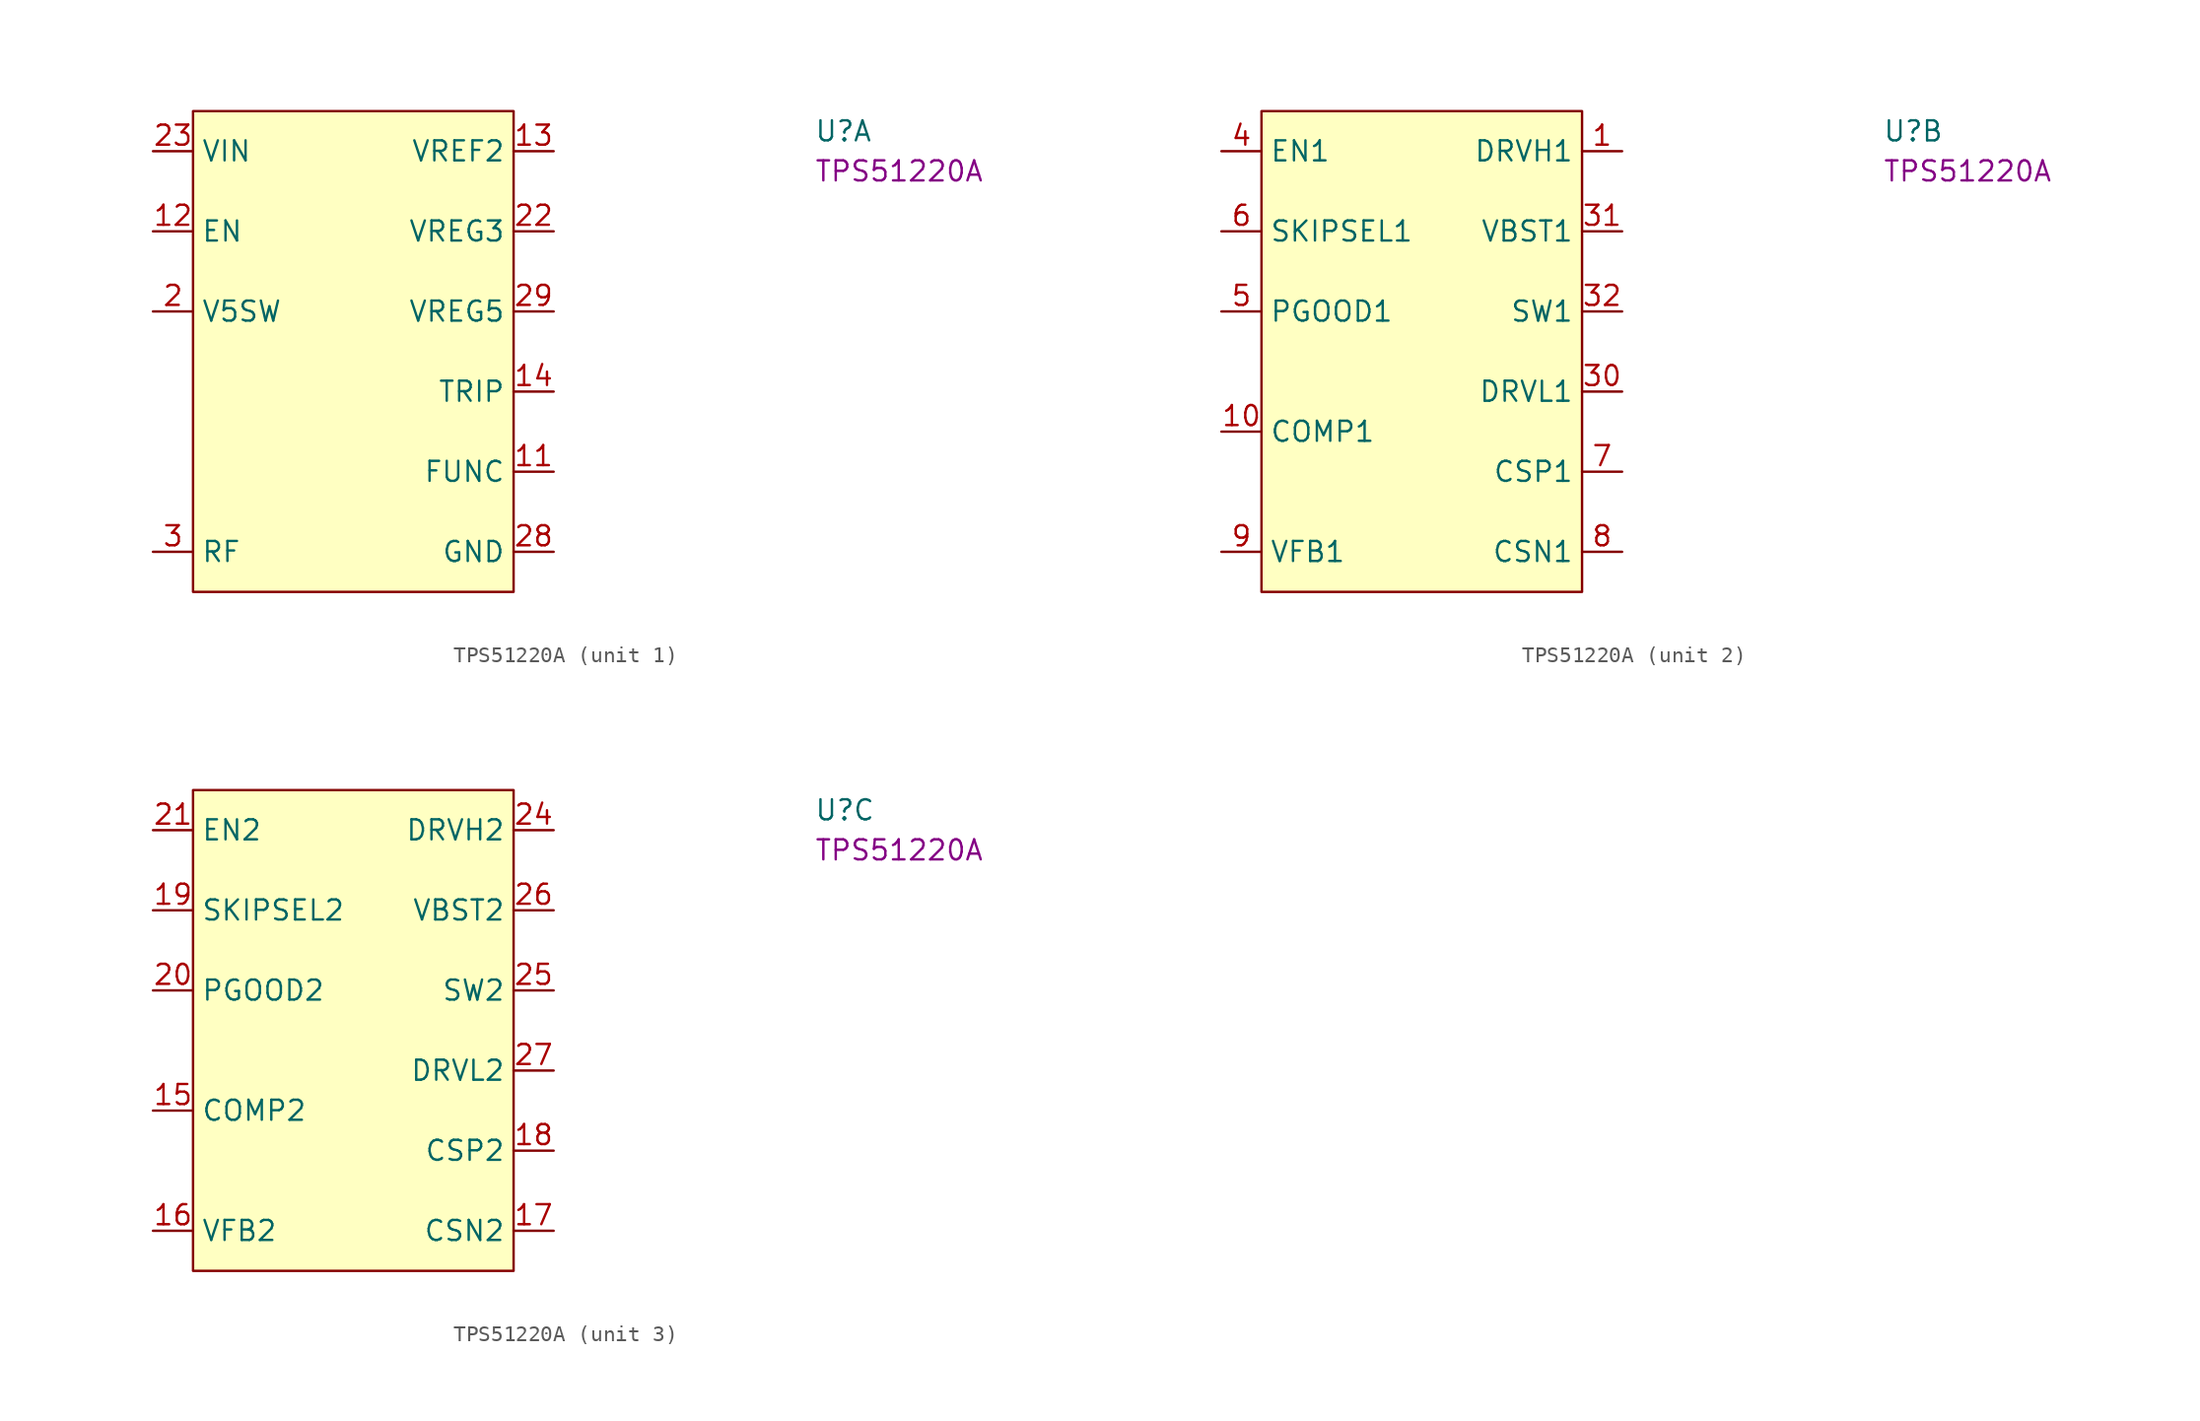
<source format=kicad_sym>
(kicad_symbol_lib
  (version 20220914)
  (generator kicad_symbol_editor)
  (symbol "TPS51220A"
    (property "Reference" "U"
      (at 41.91 1.27 0)
      (effects (font (size 1.27 1.27)) (justify left)))
    (property "MPN" "TPS51220A"
      (at 41.91 -1.27 0)
      (effects (font (size 1.27 1.27)) (justify left)))
    (symbol "TPS51220A_1_1"
      (rectangle (start 2.54 2.54) (end 22.86 -27.94) (stroke (width 0) (type default)) (fill (type background)))
      (pin input line (at 25.4 -20.32 180) (length 2.54) (name "FUNC" (effects (font (size 1.27 1.27)))) (number "11" (effects (font (size 1.27 1.27)))))
      (pin input line (at 0 -5.08 0) (length 2.54) (name "EN" (effects (font (size 1.27 1.27)))) (number "12" (effects (font (size 1.27 1.27)))))
      (pin output line (at 25.4 0 180) (length 2.54) (name "VREF2" (effects (font (size 1.27 1.27)))) (number "13" (effects (font (size 1.27 1.27)))))
      (pin input line (at 25.4 -15.24 180) (length 2.54) (name "TRIP" (effects (font (size 1.27 1.27)))) (number "14" (effects (font (size 1.27 1.27)))))
      (pin input line (at 0 -10.16 0) (length 2.54) (name "V5SW" (effects (font (size 1.27 1.27)))) (number "2" (effects (font (size 1.27 1.27)))))
      (pin output line (at 25.4 -5.08 180) (length 2.54) (name "VREG3" (effects (font (size 1.27 1.27)))) (number "22" (effects (font (size 1.27 1.27)))))
      (pin power_in line (at 0 0 0) (length 2.54) (name "VIN" (effects (font (size 1.27 1.27)))) (number "23" (effects (font (size 1.27 1.27)))))
      (pin power_in line (at 25.4 -25.4 180) (length 2.54) (name "GND" (effects (font (size 1.27 1.27)))) (number "28" (effects (font (size 1.27 1.27)))))
      (pin output line (at 25.4 -10.16 180) (length 2.54) (name "VREG5" (effects (font (size 1.27 1.27)))) (number "29" (effects (font (size 1.27 1.27)))))
      (pin bidirectional line (at 0 -25.4 0) (length 2.54) (name "RF" (effects (font (size 1.27 1.27)))) (number "3" (effects (font (size 1.27 1.27)))))
      (pin power_in line (at 25.4 -25.4 180) (length 2.54) hide (name "GND" (effects (font (size 1.27 1.27)))) (number "33" (effects (font (size 1.27 1.27))))))
    (symbol "TPS51220A_2_1"
      (rectangle (start 2.54 2.54) (end 22.86 -27.94) (stroke (width 0) (type default)) (fill (type background)))
      (pin power_out line (at 25.4 0 180) (length 2.54) (name "DRVH1" (effects (font (size 1.27 1.27)))) (number "1" (effects (font (size 1.27 1.27)))))
      (pin input line (at 0 -17.78 0) (length 2.54) (name "COMP1" (effects (font (size 1.27 1.27)))) (number "10" (effects (font (size 1.27 1.27)))))
      (pin output line (at 25.4 -15.24 180) (length 2.54) (name "DRVL1" (effects (font (size 1.27 1.27)))) (number "30" (effects (font (size 1.27 1.27)))))
      (pin input line (at 25.4 -5.08 180) (length 2.54) (name "VBST1" (effects (font (size 1.27 1.27)))) (number "31" (effects (font (size 1.27 1.27)))))
      (pin bidirectional line (at 25.4 -10.16 180) (length 2.54) (name "SW1" (effects (font (size 1.27 1.27)))) (number "32" (effects (font (size 1.27 1.27)))))
      (pin input line (at 0 0 0) (length 2.54) (name "EN1" (effects (font (size 1.27 1.27)))) (number "4" (effects (font (size 1.27 1.27)))))
      (pin output line (at 0 -10.16 0) (length 2.54) (name "PGOOD1" (effects (font (size 1.27 1.27)))) (number "5" (effects (font (size 1.27 1.27)))))
      (pin input line (at 0 -5.08 0) (length 2.54) (name "SKIPSEL1" (effects (font (size 1.27 1.27)))) (number "6" (effects (font (size 1.27 1.27)))))
      (pin bidirectional line (at 25.4 -20.32 180) (length 2.54) (name "CSP1" (effects (font (size 1.27 1.27)))) (number "7" (effects (font (size 1.27 1.27)))))
      (pin input line (at 25.4 -25.4 180) (length 2.54) (name "CSN1" (effects (font (size 1.27 1.27)))) (number "8" (effects (font (size 1.27 1.27)))))
      (pin input line (at 0 -25.4 0) (length 2.54) (name "VFB1" (effects (font (size 1.27 1.27)))) (number "9" (effects (font (size 1.27 1.27))))))
    (symbol "TPS51220A_3_1"
      (rectangle (start 2.54 2.54) (end 22.86 -27.94) (stroke (width 0) (type default)) (fill (type background)))
      (pin input line (at 0 -17.78 0) (length 2.54) (name "COMP2" (effects (font (size 1.27 1.27)))) (number "15" (effects (font (size 1.27 1.27)))))
      (pin input line (at 0 -25.4 0) (length 2.54) (name "VFB2" (effects (font (size 1.27 1.27)))) (number "16" (effects (font (size 1.27 1.27)))))
      (pin input line (at 25.4 -25.4 180) (length 2.54) (name "CSN2" (effects (font (size 1.27 1.27)))) (number "17" (effects (font (size 1.27 1.27)))))
      (pin bidirectional line (at 25.4 -20.32 180) (length 2.54) (name "CSP2" (effects (font (size 1.27 1.27)))) (number "18" (effects (font (size 1.27 1.27)))))
      (pin input line (at 0 -5.08 0) (length 2.54) (name "SKIPSEL2" (effects (font (size 1.27 1.27)))) (number "19" (effects (font (size 1.27 1.27)))))
      (pin output line (at 0 -10.16 0) (length 2.54) (name "PGOOD2" (effects (font (size 1.27 1.27)))) (number "20" (effects (font (size 1.27 1.27)))))
      (pin input line (at 0 0 0) (length 2.54) (name "EN2" (effects (font (size 1.27 1.27)))) (number "21" (effects (font (size 1.27 1.27)))))
      (pin power_out line (at 25.4 0 180) (length 2.54) (name "DRVH2" (effects (font (size 1.27 1.27)))) (number "24" (effects (font (size 1.27 1.27)))))
      (pin bidirectional line (at 25.4 -10.16 180) (length 2.54) (name "SW2" (effects (font (size 1.27 1.27)))) (number "25" (effects (font (size 1.27 1.27)))))
      (pin input line (at 25.4 -5.08 180) (length 2.54) (name "VBST2" (effects (font (size 1.27 1.27)))) (number "26" (effects (font (size 1.27 1.27)))))
      (pin output line (at 25.4 -15.24 180) (length 2.54) (name "DRVL2" (effects (font (size 1.27 1.27)))) (number "27" (effects (font (size 1.27 1.27))))))))
</source>
